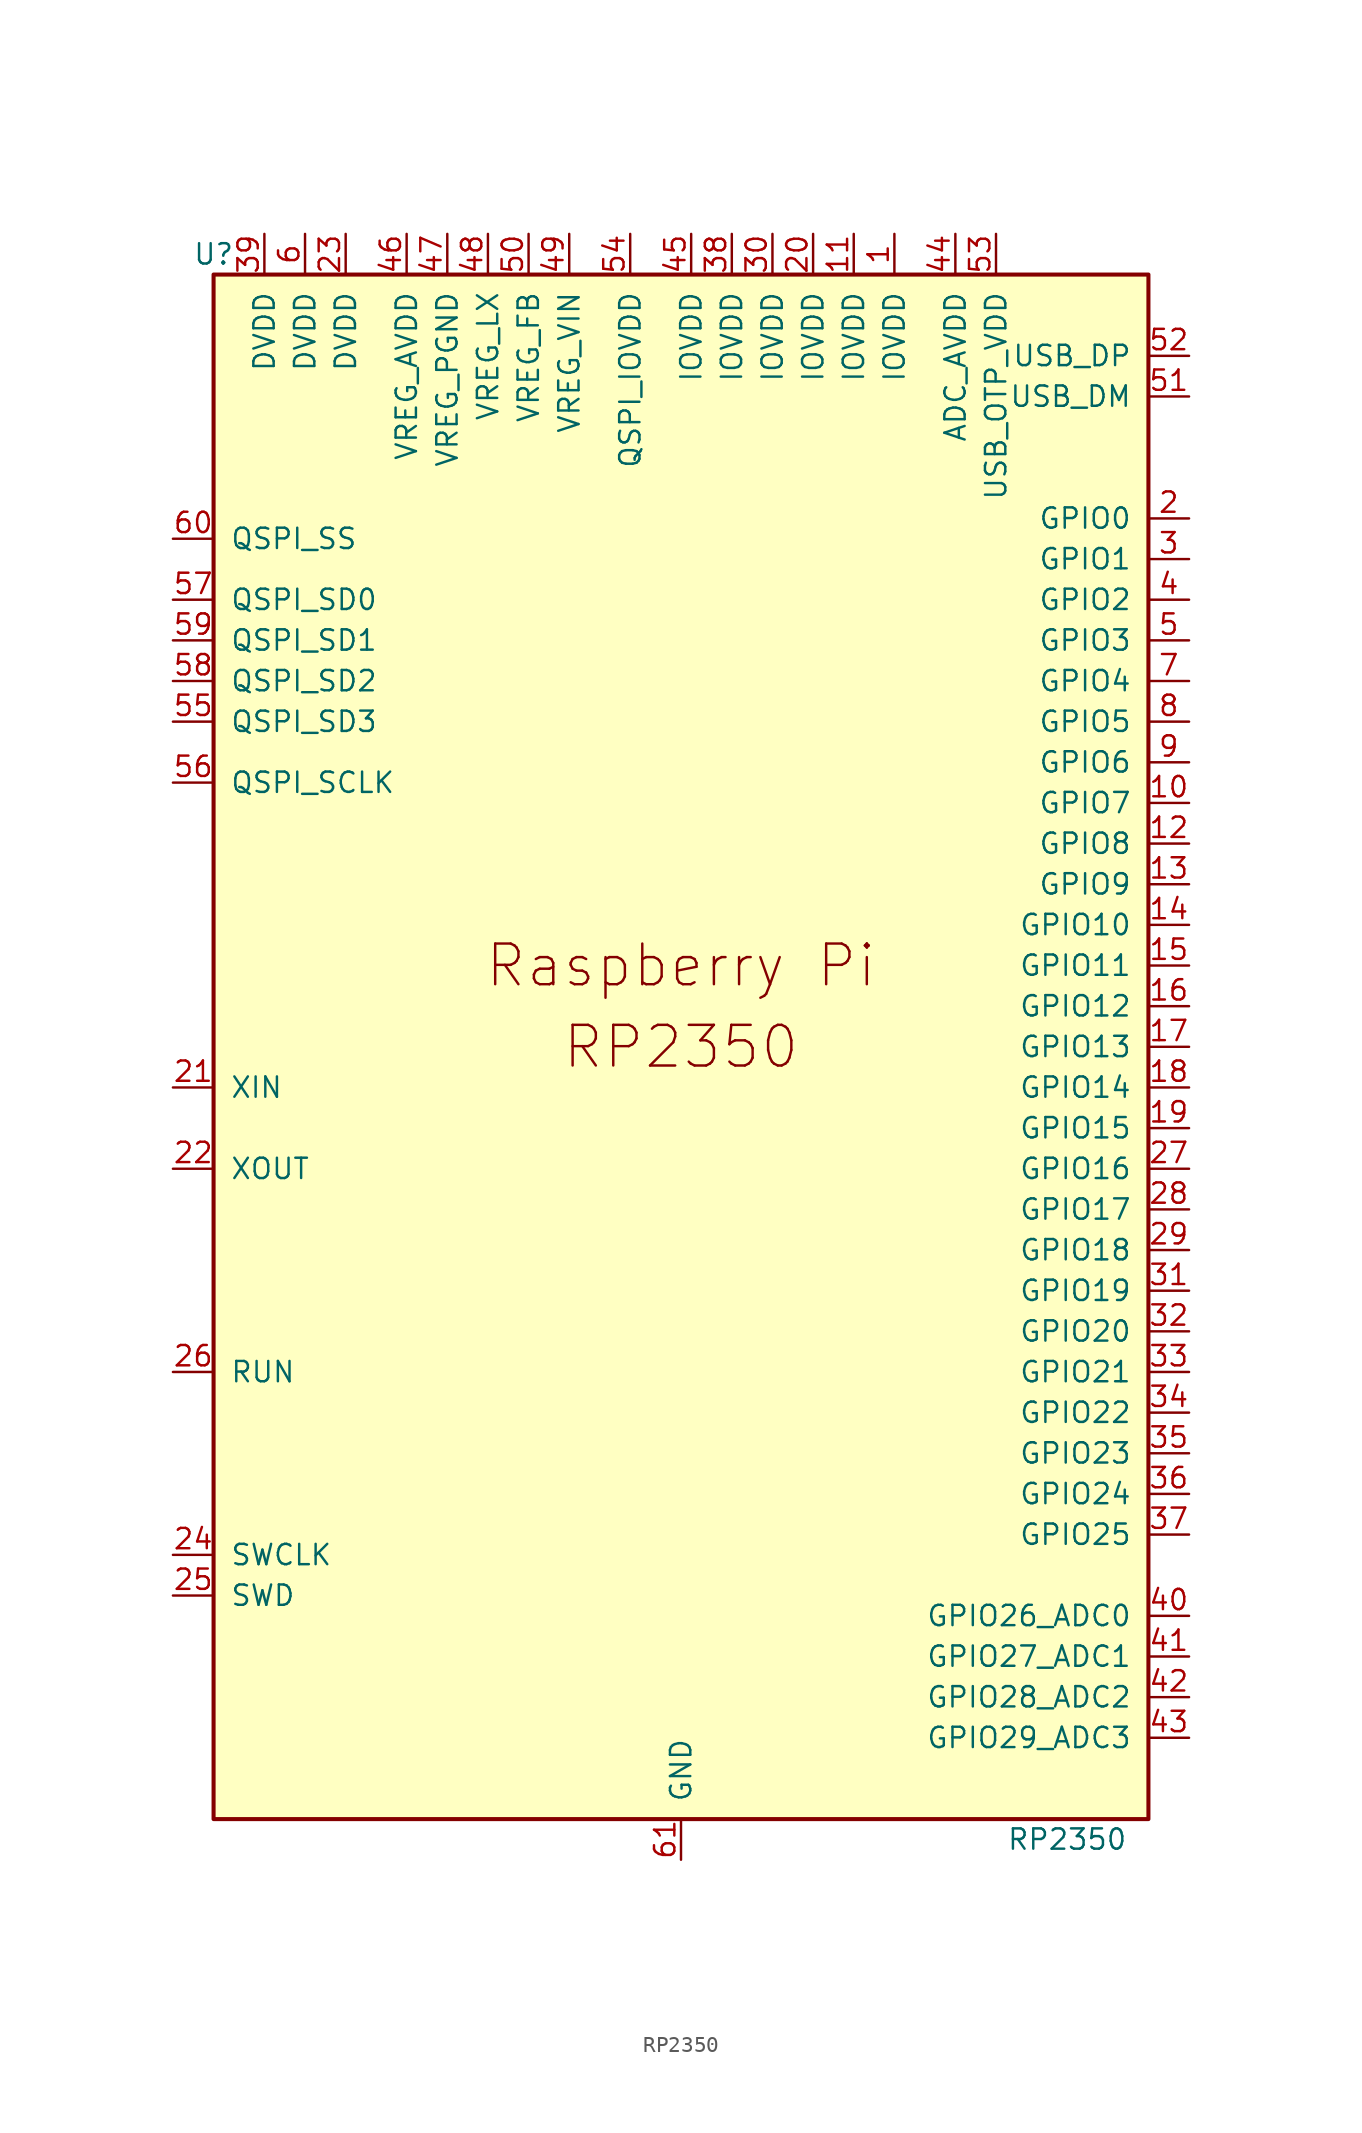
<source format=kicad_sym>
(kicad_symbol_lib
  (version 20211014)
  (generator kicad_symbol_editor)
  (symbol "RP2350"
    (pin_names
      (offset 1.016))
    (property "Reference" "U"
      (at -29.21 49.53 0)
      (effects (font (size 1.27 1.27))))
    (property "Value" "RP2350"
      (at 24.13 -49.53 0)
      (effects (font (size 1.27 1.27))))
    (symbol "RP2350_0_0"
      (text "Raspberry Pi" (at 0 5.08 0) (effects (font (size 2.54 2.54))))
      (text "RP2350" (at 0 0 0) (effects (font (size 2.54 2.54)))))
    (symbol "RP2350_0_1"
      (rectangle (start 29.21 48.26) (end -29.21 -48.26) (stroke (width 0.254) (type default) (color 0 0 0 0)) (fill (type background))))
    (symbol "RP2350_1_1"
      (pin power_in line (at 13.335 50.8 270) (length 2.54) (name "IOVDD" (effects (font (size 1.27 1.27)))) (number "1" (effects (font (size 1.27 1.27)))))
      (pin bidirectional line (at 31.75 15.24 180) (length 2.54) (name "GPIO7" (effects (font (size 1.27 1.27)))) (number "10" (effects (font (size 1.27 1.27)))))
      (pin power_in line (at 10.795 50.8 270) (length 2.54) (name "IOVDD" (effects (font (size 1.27 1.27)))) (number "11" (effects (font (size 1.27 1.27)))))
      (pin bidirectional line (at 31.75 12.7 180) (length 2.54) (name "GPIO8" (effects (font (size 1.27 1.27)))) (number "12" (effects (font (size 1.27 1.27)))))
      (pin bidirectional line (at 31.75 10.16 180) (length 2.54) (name "GPIO9" (effects (font (size 1.27 1.27)))) (number "13" (effects (font (size 1.27 1.27)))))
      (pin bidirectional line (at 31.75 7.62 180) (length 2.54) (name "GPIO10" (effects (font (size 1.27 1.27)))) (number "14" (effects (font (size 1.27 1.27)))))
      (pin bidirectional line (at 31.75 5.08 180) (length 2.54) (name "GPIO11" (effects (font (size 1.27 1.27)))) (number "15" (effects (font (size 1.27 1.27)))))
      (pin bidirectional line (at 31.75 2.54 180) (length 2.54) (name "GPIO12" (effects (font (size 1.27 1.27)))) (number "16" (effects (font (size 1.27 1.27)))))
      (pin bidirectional line (at 31.75 0 180) (length 2.54) (name "GPIO13" (effects (font (size 1.27 1.27)))) (number "17" (effects (font (size 1.27 1.27)))))
      (pin bidirectional line (at 31.75 -2.54 180) (length 2.54) (name "GPIO14" (effects (font (size 1.27 1.27)))) (number "18" (effects (font (size 1.27 1.27)))))
      (pin bidirectional line (at 31.75 -5.08 180) (length 2.54) (name "GPIO15" (effects (font (size 1.27 1.27)))) (number "19" (effects (font (size 1.27 1.27)))))
      (pin bidirectional line (at 31.75 33.02 180) (length 2.54) (name "GPIO0" (effects (font (size 1.27 1.27)))) (number "2" (effects (font (size 1.27 1.27)))))
      (pin power_in line (at 8.255 50.8 270) (length 2.54) (name "IOVDD" (effects (font (size 1.27 1.27)))) (number "20" (effects (font (size 1.27 1.27)))))
      (pin input line (at -31.75 -2.54 0) (length 2.54) (name "XIN" (effects (font (size 1.27 1.27)))) (number "21" (effects (font (size 1.27 1.27)))))
      (pin passive line (at -31.75 -7.62 0) (length 2.54) (name "XOUT" (effects (font (size 1.27 1.27)))) (number "22" (effects (font (size 1.27 1.27)))))
      (pin power_in line (at -20.955 50.8 270) (length 2.54) (name "DVDD" (effects (font (size 1.27 1.27)))) (number "23" (effects (font (size 1.27 1.27)))))
      (pin output line (at -31.75 -31.75 0) (length 2.54) (name "SWCLK" (effects (font (size 1.27 1.27)))) (number "24" (effects (font (size 1.27 1.27)))))
      (pin bidirectional line (at -31.75 -34.29 0) (length 2.54) (name "SWD" (effects (font (size 1.27 1.27)))) (number "25" (effects (font (size 1.27 1.27)))))
      (pin input line (at -31.75 -20.32 0) (length 2.54) (name "RUN" (effects (font (size 1.27 1.27)))) (number "26" (effects (font (size 1.27 1.27)))))
      (pin bidirectional line (at 31.75 -7.62 180) (length 2.54) (name "GPIO16" (effects (font (size 1.27 1.27)))) (number "27" (effects (font (size 1.27 1.27)))))
      (pin bidirectional line (at 31.75 -10.16 180) (length 2.54) (name "GPIO17" (effects (font (size 1.27 1.27)))) (number "28" (effects (font (size 1.27 1.27)))))
      (pin bidirectional line (at 31.75 -12.7 180) (length 2.54) (name "GPIO18" (effects (font (size 1.27 1.27)))) (number "29" (effects (font (size 1.27 1.27)))))
      (pin bidirectional line (at 31.75 30.48 180) (length 2.54) (name "GPIO1" (effects (font (size 1.27 1.27)))) (number "3" (effects (font (size 1.27 1.27)))))
      (pin power_in line (at 5.715 50.8 270) (length 2.54) (name "IOVDD" (effects (font (size 1.27 1.27)))) (number "30" (effects (font (size 1.27 1.27)))))
      (pin bidirectional line (at 31.75 -15.24 180) (length 2.54) (name "GPIO19" (effects (font (size 1.27 1.27)))) (number "31" (effects (font (size 1.27 1.27)))))
      (pin bidirectional line (at 31.75 -17.78 180) (length 2.54) (name "GPIO20" (effects (font (size 1.27 1.27)))) (number "32" (effects (font (size 1.27 1.27)))))
      (pin bidirectional line (at 31.75 -20.32 180) (length 2.54) (name "GPIO21" (effects (font (size 1.27 1.27)))) (number "33" (effects (font (size 1.27 1.27)))))
      (pin bidirectional line (at 31.75 -22.86 180) (length 2.54) (name "GPIO22" (effects (font (size 1.27 1.27)))) (number "34" (effects (font (size 1.27 1.27)))))
      (pin bidirectional line (at 31.75 -25.4 180) (length 2.54) (name "GPIO23" (effects (font (size 1.27 1.27)))) (number "35" (effects (font (size 1.27 1.27)))))
      (pin bidirectional line (at 31.75 -27.94 180) (length 2.54) (name "GPIO24" (effects (font (size 1.27 1.27)))) (number "36" (effects (font (size 1.27 1.27)))))
      (pin bidirectional line (at 31.75 -30.48 180) (length 2.54) (name "GPIO25" (effects (font (size 1.27 1.27)))) (number "37" (effects (font (size 1.27 1.27)))))
      (pin power_in line (at 3.175 50.8 270) (length 2.54) (name "IOVDD" (effects (font (size 1.27 1.27)))) (number "38" (effects (font (size 1.27 1.27)))))
      (pin power_in line (at -26.035 50.8 270) (length 2.54) (name "DVDD" (effects (font (size 1.27 1.27)))) (number "39" (effects (font (size 1.27 1.27)))))
      (pin bidirectional line (at 31.75 27.94 180) (length 2.54) (name "GPIO2" (effects (font (size 1.27 1.27)))) (number "4" (effects (font (size 1.27 1.27)))))
      (pin bidirectional line (at 31.75 -35.56 180) (length 2.54) (name "GPIO26_ADC0" (effects (font (size 1.27 1.27)))) (number "40" (effects (font (size 1.27 1.27)))))
      (pin bidirectional line (at 31.75 -38.1 180) (length 2.54) (name "GPIO27_ADC1" (effects (font (size 1.27 1.27)))) (number "41" (effects (font (size 1.27 1.27)))))
      (pin bidirectional line (at 31.75 -40.64 180) (length 2.54) (name "GPIO28_ADC2" (effects (font (size 1.27 1.27)))) (number "42" (effects (font (size 1.27 1.27)))))
      (pin bidirectional line (at 31.75 -43.18 180) (length 2.54) (name "GPIO29_ADC3" (effects (font (size 1.27 1.27)))) (number "43" (effects (font (size 1.27 1.27)))))
      (pin power_in line (at 17.145 50.8 270) (length 2.54) (name "ADC_AVDD" (effects (font (size 1.27 1.27)))) (number "44" (effects (font (size 1.27 1.27)))))
      (pin power_in line (at 0.635 50.8 270) (length 2.54) (name "IOVDD" (effects (font (size 1.27 1.27)))) (number "45" (effects (font (size 1.27 1.27)))))
      (pin power_out line (at -17.145 50.8 270) (length 2.54) (name "VREG_AVDD" (effects (font (size 1.27 1.27)))) (number "46" (effects (font (size 1.27 1.27)))))
      (pin power_out line (at -14.605 50.8 270) (length 2.54) (name "VREG_PGND" (effects (font (size 1.27 1.27)))) (number "47" (effects (font (size 1.27 1.27)))))
      (pin power_out line (at -12.065 50.8 270) (length 2.54) (name "VREG_LX" (effects (font (size 1.27 1.27)))) (number "48" (effects (font (size 1.27 1.27)))))
      (pin power_in line (at -6.985 50.8 270) (length 2.54) (name "VREG_VIN" (effects (font (size 1.27 1.27)))) (number "49" (effects (font (size 1.27 1.27)))))
      (pin bidirectional line (at 31.75 25.4 180) (length 2.54) (name "GPIO3" (effects (font (size 1.27 1.27)))) (number "5" (effects (font (size 1.27 1.27)))))
      (pin power_out line (at -9.525 50.8 270) (length 2.54) (name "VREG_FB" (effects (font (size 1.27 1.27)))) (number "50" (effects (font (size 1.27 1.27)))))
      (pin bidirectional line (at 31.75 40.64 180) (length 2.54) (name "USB_DM" (effects (font (size 1.27 1.27)))) (number "51" (effects (font (size 1.27 1.27)))))
      (pin bidirectional line (at 31.75 43.18 180) (length 2.54) (name "USB_DP" (effects (font (size 1.27 1.27)))) (number "52" (effects (font (size 1.27 1.27)))))
      (pin power_in line (at 19.685 50.8 270) (length 2.54) (name "USB_OTP_VDD" (effects (font (size 1.27 1.27)))) (number "53" (effects (font (size 1.27 1.27)))))
      (pin power_out line (at -3.175 50.8 270) (length 2.54) (name "QSPI_IOVDD" (effects (font (size 1.27 1.27)))) (number "54" (effects (font (size 1.27 1.27)))))
      (pin bidirectional line (at -31.75 20.32 0) (length 2.54) (name "QSPI_SD3" (effects (font (size 1.27 1.27)))) (number "55" (effects (font (size 1.27 1.27)))))
      (pin output line (at -31.75 16.51 0) (length 2.54) (name "QSPI_SCLK" (effects (font (size 1.27 1.27)))) (number "56" (effects (font (size 1.27 1.27)))))
      (pin bidirectional line (at -31.75 27.94 0) (length 2.54) (name "QSPI_SD0" (effects (font (size 1.27 1.27)))) (number "57" (effects (font (size 1.27 1.27)))))
      (pin bidirectional line (at -31.75 22.86 0) (length 2.54) (name "QSPI_SD2" (effects (font (size 1.27 1.27)))) (number "58" (effects (font (size 1.27 1.27)))))
      (pin bidirectional line (at -31.75 25.4 0) (length 2.54) (name "QSPI_SD1" (effects (font (size 1.27 1.27)))) (number "59" (effects (font (size 1.27 1.27)))))
      (pin power_in line (at -23.495 50.8 270) (length 2.54) (name "DVDD" (effects (font (size 1.27 1.27)))) (number "6" (effects (font (size 1.27 1.27)))))
      (pin bidirectional line (at -31.75 31.75 0) (length 2.54) (name "QSPI_SS" (effects (font (size 1.27 1.27)))) (number "60" (effects (font (size 1.27 1.27)))))
      (pin power_in line (at 0 -50.8 90) (length 2.54) (name "GND" (effects (font (size 1.27 1.27)))) (number "61" (effects (font (size 1.27 1.27)))))
      (pin bidirectional line (at 31.75 22.86 180) (length 2.54) (name "GPIO4" (effects (font (size 1.27 1.27)))) (number "7" (effects (font (size 1.27 1.27)))))
      (pin bidirectional line (at 31.75 20.32 180) (length 2.54) (name "GPIO5" (effects (font (size 1.27 1.27)))) (number "8" (effects (font (size 1.27 1.27)))))
      (pin bidirectional line (at 31.75 17.78 180) (length 2.54) (name "GPIO6" (effects (font (size 1.27 1.27)))) (number "9" (effects (font (size 1.27 1.27))))))))
</source>
